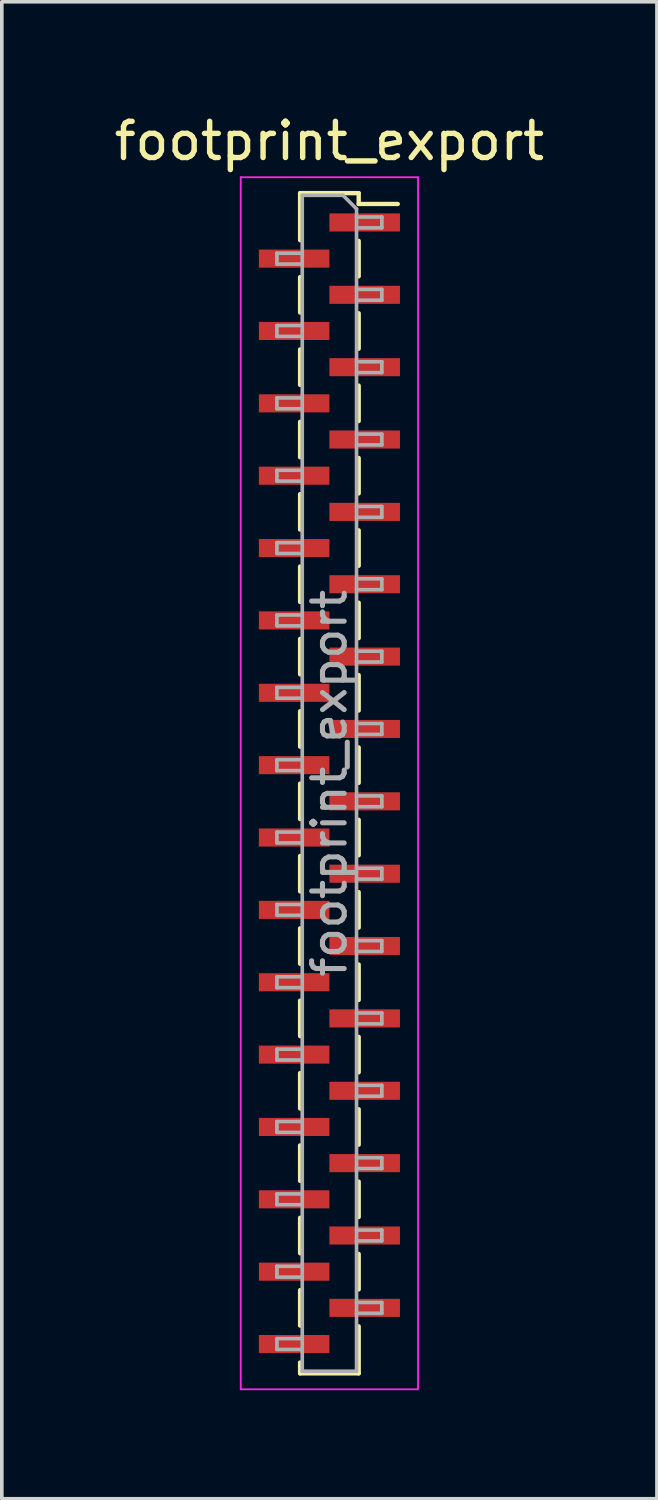
<source format=kicad_pcb>
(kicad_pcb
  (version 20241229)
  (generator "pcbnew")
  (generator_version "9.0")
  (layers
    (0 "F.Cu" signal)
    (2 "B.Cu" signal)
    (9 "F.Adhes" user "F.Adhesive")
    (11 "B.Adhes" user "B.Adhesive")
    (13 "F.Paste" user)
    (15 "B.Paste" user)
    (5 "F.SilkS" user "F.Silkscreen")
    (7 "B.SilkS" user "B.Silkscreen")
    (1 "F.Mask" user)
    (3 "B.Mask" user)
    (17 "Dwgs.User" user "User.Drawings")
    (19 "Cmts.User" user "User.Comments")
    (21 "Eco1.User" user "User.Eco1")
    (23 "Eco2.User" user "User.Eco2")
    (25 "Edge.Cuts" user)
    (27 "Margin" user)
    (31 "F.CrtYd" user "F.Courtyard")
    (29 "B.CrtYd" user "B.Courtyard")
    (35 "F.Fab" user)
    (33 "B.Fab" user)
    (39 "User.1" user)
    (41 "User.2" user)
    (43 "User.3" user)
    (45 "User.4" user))
  (footprint "footprint_export"
    (layer "F.Cu")
    (at 6.054 18.598)
    (property "Reference" "footprint_export" (at 0 -17.75 0) (layer "F.SilkS") (effects (font (size 1 1) (thickness 0.15))))
    (attr smd)
    (fp_line (start -0.81 -16.31) (end -0.81 -15.01) (stroke (width 0.12) (type solid)) (layer "F.SilkS"))
    (fp_line (start -0.81 -16.31) (end 0.81 -16.31) (stroke (width 0.12) (type solid)) (layer "F.SilkS"))
    (fp_line (start -0.81 -13.99) (end -0.81 -13.01) (stroke (width 0.12) (type solid)) (layer "F.SilkS"))
    (fp_line (start -0.81 -11.99) (end -0.81 -11.01) (stroke (width 0.12) (type solid)) (layer "F.SilkS"))
    (fp_line (start -0.81 -9.99) (end -0.81 -9.01) (stroke (width 0.12) (type solid)) (layer "F.SilkS"))
    (fp_line (start -0.81 -7.99) (end -0.81 -7.01) (stroke (width 0.12) (type solid)) (layer "F.SilkS"))
    (fp_line (start -0.81 -5.99) (end -0.81 -5.01) (stroke (width 0.12) (type solid)) (layer "F.SilkS"))
    (fp_line (start -0.81 -3.99) (end -0.81 -3.01) (stroke (width 0.12) (type solid)) (layer "F.SilkS"))
    (fp_line (start -0.81 -1.99) (end -0.81 -1.01) (stroke (width 0.12) (type solid)) (layer "F.SilkS"))
    (fp_line (start -0.81 0.01) (end -0.81 0.99) (stroke (width 0.12) (type solid)) (layer "F.SilkS"))
    (fp_line (start -0.81 2.01) (end -0.81 2.99) (stroke (width 0.12) (type solid)) (layer "F.SilkS"))
    (fp_line (start -0.81 4.01) (end -0.81 4.99) (stroke (width 0.12) (type solid)) (layer "F.SilkS"))
    (fp_line (start -0.81 6.01) (end -0.81 6.99) (stroke (width 0.12) (type solid)) (layer "F.SilkS"))
    (fp_line (start -0.81 8.01) (end -0.81 8.99) (stroke (width 0.12) (type solid)) (layer "F.SilkS"))
    (fp_line (start -0.81 10.01) (end -0.81 10.99) (stroke (width 0.12) (type solid)) (layer "F.SilkS"))
    (fp_line (start -0.81 12.01) (end -0.81 12.99) (stroke (width 0.12) (type solid)) (layer "F.SilkS"))
    (fp_line (start -0.81 14.01) (end -0.81 14.99) (stroke (width 0.12) (type solid)) (layer "F.SilkS"))
    (fp_line (start -0.81 16.01) (end -0.81 16.31) (stroke (width 0.12) (type solid)) (layer "F.SilkS"))
    (fp_line (start -0.81 16.31) (end 0.81 16.31) (stroke (width 0.12) (type solid)) (layer "F.SilkS"))
    (fp_line (start 0.81 -16.31) (end 0.81 -16.01) (stroke (width 0.12) (type solid)) (layer "F.SilkS"))
    (fp_line (start 0.81 -16.01) (end 1.89 -16.01) (stroke (width 0.12) (type solid)) (layer "F.SilkS"))
    (fp_line (start 0.81 -14.99) (end 0.81 -14.01) (stroke (width 0.12) (type solid)) (layer "F.SilkS"))
    (fp_line (start 0.81 -12.99) (end 0.81 -12.01) (stroke (width 0.12) (type solid)) (layer "F.SilkS"))
    (fp_line (start 0.81 -10.99) (end 0.81 -10.01) (stroke (width 0.12) (type solid)) (layer "F.SilkS"))
    (fp_line (start 0.81 -8.99) (end 0.81 -8.01) (stroke (width 0.12) (type solid)) (layer "F.SilkS"))
    (fp_line (start 0.81 -6.99) (end 0.81 -6.01) (stroke (width 0.12) (type solid)) (layer "F.SilkS"))
    (fp_line (start 0.81 -4.99) (end 0.81 -4.01) (stroke (width 0.12) (type solid)) (layer "F.SilkS"))
    (fp_line (start 0.81 -2.99) (end 0.81 -2.01) (stroke (width 0.12) (type solid)) (layer "F.SilkS"))
    (fp_line (start 0.81 -0.99) (end 0.81 -0.01) (stroke (width 0.12) (type solid)) (layer "F.SilkS"))
    (fp_line (start 0.81 1.01) (end 0.81 1.99) (stroke (width 0.12) (type solid)) (layer "F.SilkS"))
    (fp_line (start 0.81 3.01) (end 0.81 3.99) (stroke (width 0.12) (type solid)) (layer "F.SilkS"))
    (fp_line (start 0.81 5.01) (end 0.81 5.99) (stroke (width 0.12) (type solid)) (layer "F.SilkS"))
    (fp_line (start 0.81 7.01) (end 0.81 7.99) (stroke (width 0.12) (type solid)) (layer "F.SilkS"))
    (fp_line (start 0.81 9.01) (end 0.81 9.99) (stroke (width 0.12) (type solid)) (layer "F.SilkS"))
    (fp_line (start 0.81 11.01) (end 0.81 11.99) (stroke (width 0.12) (type solid)) (layer "F.SilkS"))
    (fp_line (start 0.81 13.01) (end 0.81 13.99) (stroke (width 0.12) (type solid)) (layer "F.SilkS"))
    (fp_line (start 0.81 15.01) (end 0.81 16.31) (stroke (width 0.12) (type solid)) (layer "F.SilkS"))
    (fp_line (start -2.45 -16.75) (end 2.45 -16.75) (stroke (width 0.05) (type solid)) (layer "F.CrtYd"))
    (fp_line (start -2.45 16.75) (end -2.45 -16.75) (stroke (width 0.05) (type solid)) (layer "F.CrtYd"))
    (fp_line (start 2.45 -16.75) (end 2.45 16.75) (stroke (width 0.05) (type solid)) (layer "F.CrtYd"))
    (fp_line (start 2.45 16.75) (end -2.45 16.75) (stroke (width 0.05) (type solid)) (layer "F.CrtYd"))
    (fp_line (start -1.45 -14.65) (end -0.75 -14.65) (stroke (width 0.1) (type solid)) (layer "F.Fab"))
    (fp_line (start -1.45 -14.35) (end -1.45 -14.65) (stroke (width 0.1) (type solid)) (layer "F.Fab"))
    (fp_line (start -1.45 -12.65) (end -0.75 -12.65) (stroke (width 0.1) (type solid)) (layer "F.Fab"))
    (fp_line (start -1.45 -12.35) (end -1.45 -12.65) (stroke (width 0.1) (type solid)) (layer "F.Fab"))
    (fp_line (start -1.45 -10.65) (end -0.75 -10.65) (stroke (width 0.1) (type solid)) (layer "F.Fab"))
    (fp_line (start -1.45 -10.35) (end -1.45 -10.65) (stroke (width 0.1) (type solid)) (layer "F.Fab"))
    (fp_line (start -1.45 -8.65) (end -0.75 -8.65) (stroke (width 0.1) (type solid)) (layer "F.Fab"))
    (fp_line (start -1.45 -8.35) (end -1.45 -8.65) (stroke (width 0.1) (type solid)) (layer "F.Fab"))
    (fp_line (start -1.45 -6.65) (end -0.75 -6.65) (stroke (width 0.1) (type solid)) (layer "F.Fab"))
    (fp_line (start -1.45 -6.35) (end -1.45 -6.65) (stroke (width 0.1) (type solid)) (layer "F.Fab"))
    (fp_line (start -1.45 -4.65) (end -0.75 -4.65) (stroke (width 0.1) (type solid)) (layer "F.Fab"))
    (fp_line (start -1.45 -4.35) (end -1.45 -4.65) (stroke (width 0.1) (type solid)) (layer "F.Fab"))
    (fp_line (start -1.45 -2.65) (end -0.75 -2.65) (stroke (width 0.1) (type solid)) (layer "F.Fab"))
    (fp_line (start -1.45 -2.35) (end -1.45 -2.65) (stroke (width 0.1) (type solid)) (layer "F.Fab"))
    (fp_line (start -1.45 -0.65) (end -0.75 -0.65) (stroke (width 0.1) (type solid)) (layer "F.Fab"))
    (fp_line (start -1.45 -0.35) (end -1.45 -0.65) (stroke (width 0.1) (type solid)) (layer "F.Fab"))
    (fp_line (start -1.45 1.35) (end -0.75 1.35) (stroke (width 0.1) (type solid)) (layer "F.Fab"))
    (fp_line (start -1.45 1.65) (end -1.45 1.35) (stroke (width 0.1) (type solid)) (layer "F.Fab"))
    (fp_line (start -1.45 3.35) (end -0.75 3.35) (stroke (width 0.1) (type solid)) (layer "F.Fab"))
    (fp_line (start -1.45 3.65) (end -1.45 3.35) (stroke (width 0.1) (type solid)) (layer "F.Fab"))
    (fp_line (start -1.45 5.35) (end -0.75 5.35) (stroke (width 0.1) (type solid)) (layer "F.Fab"))
    (fp_line (start -1.45 5.65) (end -1.45 5.35) (stroke (width 0.1) (type solid)) (layer "F.Fab"))
    (fp_line (start -1.45 7.35) (end -0.75 7.35) (stroke (width 0.1) (type solid)) (layer "F.Fab"))
    (fp_line (start -1.45 7.65) (end -1.45 7.35) (stroke (width 0.1) (type solid)) (layer "F.Fab"))
    (fp_line (start -1.45 9.35) (end -0.75 9.35) (stroke (width 0.1) (type solid)) (layer "F.Fab"))
    (fp_line (start -1.45 9.65) (end -1.45 9.35) (stroke (width 0.1) (type solid)) (layer "F.Fab"))
    (fp_line (start -1.45 11.35) (end -0.75 11.35) (stroke (width 0.1) (type solid)) (layer "F.Fab"))
    (fp_line (start -1.45 11.65) (end -1.45 11.35) (stroke (width 0.1) (type solid)) (layer "F.Fab"))
    (fp_line (start -1.45 13.35) (end -0.75 13.35) (stroke (width 0.1) (type solid)) (layer "F.Fab"))
    (fp_line (start -1.45 13.65) (end -1.45 13.35) (stroke (width 0.1) (type solid)) (layer "F.Fab"))
    (fp_line (start -1.45 15.35) (end -0.75 15.35) (stroke (width 0.1) (type solid)) (layer "F.Fab"))
    (fp_line (start -1.45 15.65) (end -1.45 15.35) (stroke (width 0.1) (type solid)) (layer "F.Fab"))
    (fp_line (start -0.75 -16.25) (end 0.375 -16.25) (stroke (width 0.1) (type solid)) (layer "F.Fab"))
    (fp_line (start -0.75 -14.35) (end -1.45 -14.35) (stroke (width 0.1) (type solid)) (layer "F.Fab"))
    (fp_line (start -0.75 -12.35) (end -1.45 -12.35) (stroke (width 0.1) (type solid)) (layer "F.Fab"))
    (fp_line (start -0.75 -10.35) (end -1.45 -10.35) (stroke (width 0.1) (type solid)) (layer "F.Fab"))
    (fp_line (start -0.75 -8.35) (end -1.45 -8.35) (stroke (width 0.1) (type solid)) (layer "F.Fab"))
    (fp_line (start -0.75 -6.35) (end -1.45 -6.35) (stroke (width 0.1) (type solid)) (layer "F.Fab"))
    (fp_line (start -0.75 -4.35) (end -1.45 -4.35) (stroke (width 0.1) (type solid)) (layer "F.Fab"))
    (fp_line (start -0.75 -2.35) (end -1.45 -2.35) (stroke (width 0.1) (type solid)) (layer "F.Fab"))
    (fp_line (start -0.75 -0.35) (end -1.45 -0.35) (stroke (width 0.1) (type solid)) (layer "F.Fab"))
    (fp_line (start -0.75 1.65) (end -1.45 1.65) (stroke (width 0.1) (type solid)) (layer "F.Fab"))
    (fp_line (start -0.75 3.65) (end -1.45 3.65) (stroke (width 0.1) (type solid)) (layer "F.Fab"))
    (fp_line (start -0.75 5.65) (end -1.45 5.65) (stroke (width 0.1) (type solid)) (layer "F.Fab"))
    (fp_line (start -0.75 7.65) (end -1.45 7.65) (stroke (width 0.1) (type solid)) (layer "F.Fab"))
    (fp_line (start -0.75 9.65) (end -1.45 9.65) (stroke (width 0.1) (type solid)) (layer "F.Fab"))
    (fp_line (start -0.75 11.65) (end -1.45 11.65) (stroke (width 0.1) (type solid)) (layer "F.Fab"))
    (fp_line (start -0.75 13.65) (end -1.45 13.65) (stroke (width 0.1) (type solid)) (layer "F.Fab"))
    (fp_line (start -0.75 15.65) (end -1.45 15.65) (stroke (width 0.1) (type solid)) (layer "F.Fab"))
    (fp_line (start -0.75 16.25) (end -0.75 -16.25) (stroke (width 0.1) (type solid)) (layer "F.Fab"))
    (fp_line (start 0.375 -16.25) (end 0.75 -15.875) (stroke (width 0.1) (type solid)) (layer "F.Fab"))
    (fp_line (start 0.75 -15.875) (end 0.75 16.25) (stroke (width 0.1) (type solid)) (layer "F.Fab"))
    (fp_line (start 0.75 -15.65) (end 1.45 -15.65) (stroke (width 0.1) (type solid)) (layer "F.Fab"))
    (fp_line (start 0.75 -13.65) (end 1.45 -13.65) (stroke (width 0.1) (type solid)) (layer "F.Fab"))
    (fp_line (start 0.75 -11.65) (end 1.45 -11.65) (stroke (width 0.1) (type solid)) (layer "F.Fab"))
    (fp_line (start 0.75 -9.65) (end 1.45 -9.65) (stroke (width 0.1) (type solid)) (layer "F.Fab"))
    (fp_line (start 0.75 -7.65) (end 1.45 -7.65) (stroke (width 0.1) (type solid)) (layer "F.Fab"))
    (fp_line (start 0.75 -5.65) (end 1.45 -5.65) (stroke (width 0.1) (type solid)) (layer "F.Fab"))
    (fp_line (start 0.75 -3.65) (end 1.45 -3.65) (stroke (width 0.1) (type solid)) (layer "F.Fab"))
    (fp_line (start 0.75 -1.65) (end 1.45 -1.65) (stroke (width 0.1) (type solid)) (layer "F.Fab"))
    (fp_line (start 0.75 0.35) (end 1.45 0.35) (stroke (width 0.1) (type solid)) (layer "F.Fab"))
    (fp_line (start 0.75 2.35) (end 1.45 2.35) (stroke (width 0.1) (type solid)) (layer "F.Fab"))
    (fp_line (start 0.75 4.35) (end 1.45 4.35) (stroke (width 0.1) (type solid)) (layer "F.Fab"))
    (fp_line (start 0.75 6.35) (end 1.45 6.35) (stroke (width 0.1) (type solid)) (layer "F.Fab"))
    (fp_line (start 0.75 8.35) (end 1.45 8.35) (stroke (width 0.1) (type solid)) (layer "F.Fab"))
    (fp_line (start 0.75 10.35) (end 1.45 10.35) (stroke (width 0.1) (type solid)) (layer "F.Fab"))
    (fp_line (start 0.75 12.35) (end 1.45 12.35) (stroke (width 0.1) (type solid)) (layer "F.Fab"))
    (fp_line (start 0.75 14.35) (end 1.45 14.35) (stroke (width 0.1) (type solid)) (layer "F.Fab"))
    (fp_line (start 0.75 16.25) (end -0.75 16.25) (stroke (width 0.1) (type solid)) (layer "F.Fab"))
    (fp_line (start 1.45 -15.65) (end 1.45 -15.35) (stroke (width 0.1) (type solid)) (layer "F.Fab"))
    (fp_line (start 1.45 -15.35) (end 0.75 -15.35) (stroke (width 0.1) (type solid)) (layer "F.Fab"))
    (fp_line (start 1.45 -13.65) (end 1.45 -13.35) (stroke (width 0.1) (type solid)) (layer "F.Fab"))
    (fp_line (start 1.45 -13.35) (end 0.75 -13.35) (stroke (width 0.1) (type solid)) (layer "F.Fab"))
    (fp_line (start 1.45 -11.65) (end 1.45 -11.35) (stroke (width 0.1) (type solid)) (layer "F.Fab"))
    (fp_line (start 1.45 -11.35) (end 0.75 -11.35) (stroke (width 0.1) (type solid)) (layer "F.Fab"))
    (fp_line (start 1.45 -9.65) (end 1.45 -9.35) (stroke (width 0.1) (type solid)) (layer "F.Fab"))
    (fp_line (start 1.45 -9.35) (end 0.75 -9.35) (stroke (width 0.1) (type solid)) (layer "F.Fab"))
    (fp_line (start 1.45 -7.65) (end 1.45 -7.35) (stroke (width 0.1) (type solid)) (layer "F.Fab"))
    (fp_line (start 1.45 -7.35) (end 0.75 -7.35) (stroke (width 0.1) (type solid)) (layer "F.Fab"))
    (fp_line (start 1.45 -5.65) (end 1.45 -5.35) (stroke (width 0.1) (type solid)) (layer "F.Fab"))
    (fp_line (start 1.45 -5.35) (end 0.75 -5.35) (stroke (width 0.1) (type solid)) (layer "F.Fab"))
    (fp_line (start 1.45 -3.65) (end 1.45 -3.35) (stroke (width 0.1) (type solid)) (layer "F.Fab"))
    (fp_line (start 1.45 -3.35) (end 0.75 -3.35) (stroke (width 0.1) (type solid)) (layer "F.Fab"))
    (fp_line (start 1.45 -1.65) (end 1.45 -1.35) (stroke (width 0.1) (type solid)) (layer "F.Fab"))
    (fp_line (start 1.45 -1.35) (end 0.75 -1.35) (stroke (width 0.1) (type solid)) (layer "F.Fab"))
    (fp_line (start 1.45 0.35) (end 1.45 0.65) (stroke (width 0.1) (type solid)) (layer "F.Fab"))
    (fp_line (start 1.45 0.65) (end 0.75 0.65) (stroke (width 0.1) (type solid)) (layer "F.Fab"))
    (fp_line (start 1.45 2.35) (end 1.45 2.65) (stroke (width 0.1) (type solid)) (layer "F.Fab"))
    (fp_line (start 1.45 2.65) (end 0.75 2.65) (stroke (width 0.1) (type solid)) (layer "F.Fab"))
    (fp_line (start 1.45 4.35) (end 1.45 4.65) (stroke (width 0.1) (type solid)) (layer "F.Fab"))
    (fp_line (start 1.45 4.65) (end 0.75 4.65) (stroke (width 0.1) (type solid)) (layer "F.Fab"))
    (fp_line (start 1.45 6.35) (end 1.45 6.65) (stroke (width 0.1) (type solid)) (layer "F.Fab"))
    (fp_line (start 1.45 6.65) (end 0.75 6.65) (stroke (width 0.1) (type solid)) (layer "F.Fab"))
    (fp_line (start 1.45 8.35) (end 1.45 8.65) (stroke (width 0.1) (type solid)) (layer "F.Fab"))
    (fp_line (start 1.45 8.65) (end 0.75 8.65) (stroke (width 0.1) (type solid)) (layer "F.Fab"))
    (fp_line (start 1.45 10.35) (end 1.45 10.65) (stroke (width 0.1) (type solid)) (layer "F.Fab"))
    (fp_line (start 1.45 10.65) (end 0.75 10.65) (stroke (width 0.1) (type solid)) (layer "F.Fab"))
    (fp_line (start 1.45 12.35) (end 1.45 12.65) (stroke (width 0.1) (type solid)) (layer "F.Fab"))
    (fp_line (start 1.45 12.65) (end 0.75 12.65) (stroke (width 0.1) (type solid)) (layer "F.Fab"))
    (fp_line (start 1.45 14.35) (end 1.45 14.65) (stroke (width 0.1) (type solid)) (layer "F.Fab"))
    (fp_line (start 1.45 14.65) (end 0.75 14.65) (stroke (width 0.1) (type solid)) (layer "F.Fab"))
    (fp_text user "${REFERENCE}" (at 0 0 90) (layer "F.Fab") (effects (font (size 0.9 0.9) (thickness 0.14))))
    (pad "1" smd rect (at 0.975 -15.5) (size 1.95 0.5) (layers "F.Cu" "F.Mask" "F.Paste"))
    (pad "2" smd rect (at -0.975 -14.5) (size 1.95 0.5) (layers "F.Cu" "F.Mask" "F.Paste"))
    (pad "3" smd rect (at 0.975 -13.5) (size 1.95 0.5) (layers "F.Cu" "F.Mask" "F.Paste"))
    (pad "4" smd rect (at -0.975 -12.5) (size 1.95 0.5) (layers "F.Cu" "F.Mask" "F.Paste"))
    (pad "5" smd rect (at 0.975 -11.5) (size 1.95 0.5) (layers "F.Cu" "F.Mask" "F.Paste"))
    (pad "6" smd rect (at -0.975 -10.5) (size 1.95 0.5) (layers "F.Cu" "F.Mask" "F.Paste"))
    (pad "7" smd rect (at 0.975 -9.5) (size 1.95 0.5) (layers "F.Cu" "F.Mask" "F.Paste"))
    (pad "8" smd rect (at -0.975 -8.5) (size 1.95 0.5) (layers "F.Cu" "F.Mask" "F.Paste"))
    (pad "9" smd rect (at 0.975 -7.5) (size 1.95 0.5) (layers "F.Cu" "F.Mask" "F.Paste"))
    (pad "10" smd rect (at -0.975 -6.5) (size 1.95 0.5) (layers "F.Cu" "F.Mask" "F.Paste"))
    (pad "11" smd rect (at 0.975 -5.5) (size 1.95 0.5) (layers "F.Cu" "F.Mask" "F.Paste"))
    (pad "12" smd rect (at -0.975 -4.5) (size 1.95 0.5) (layers "F.Cu" "F.Mask" "F.Paste"))
    (pad "13" smd rect (at 0.975 -3.5) (size 1.95 0.5) (layers "F.Cu" "F.Mask" "F.Paste"))
    (pad "14" smd rect (at -0.975 -2.5) (size 1.95 0.5) (layers "F.Cu" "F.Mask" "F.Paste"))
    (pad "15" smd rect (at 0.975 -1.5) (size 1.95 0.5) (layers "F.Cu" "F.Mask" "F.Paste"))
    (pad "16" smd rect (at -0.975 -0.5) (size 1.95 0.5) (layers "F.Cu" "F.Mask" "F.Paste"))
    (pad "17" smd rect (at 0.975 0.5) (size 1.95 0.5) (layers "F.Cu" "F.Mask" "F.Paste"))
    (pad "18" smd rect (at -0.975 1.5) (size 1.95 0.5) (layers "F.Cu" "F.Mask" "F.Paste"))
    (pad "19" smd rect (at 0.975 2.5) (size 1.95 0.5) (layers "F.Cu" "F.Mask" "F.Paste"))
    (pad "20" smd rect (at -0.975 3.5) (size 1.95 0.5) (layers "F.Cu" "F.Mask" "F.Paste"))
    (pad "21" smd rect (at 0.975 4.5) (size 1.95 0.5) (layers "F.Cu" "F.Mask" "F.Paste"))
    (pad "22" smd rect (at -0.975 5.5) (size 1.95 0.5) (layers "F.Cu" "F.Mask" "F.Paste"))
    (pad "23" smd rect (at 0.975 6.5) (size 1.95 0.5) (layers "F.Cu" "F.Mask" "F.Paste"))
    (pad "24" smd rect (at -0.975 7.5) (size 1.95 0.5) (layers "F.Cu" "F.Mask" "F.Paste"))
    (pad "25" smd rect (at 0.975 8.5) (size 1.95 0.5) (layers "F.Cu" "F.Mask" "F.Paste"))
    (pad "26" smd rect (at -0.975 9.5) (size 1.95 0.5) (layers "F.Cu" "F.Mask" "F.Paste"))
    (pad "27" smd rect (at 0.975 10.5) (size 1.95 0.5) (layers "F.Cu" "F.Mask" "F.Paste"))
    (pad "28" smd rect (at -0.975 11.5) (size 1.95 0.5) (layers "F.Cu" "F.Mask" "F.Paste"))
    (pad "29" smd rect (at 0.975 12.5) (size 1.95 0.5) (layers "F.Cu" "F.Mask" "F.Paste"))
    (pad "30" smd rect (at -0.975 13.5) (size 1.95 0.5) (layers "F.Cu" "F.Mask" "F.Paste"))
    (pad "31" smd rect (at 0.975 14.5) (size 1.95 0.5) (layers "F.Cu" "F.Mask" "F.Paste"))
    (pad "32" smd rect (at -0.975 15.5) (size 1.95 0.5) (layers "F.Cu" "F.Mask" "F.Paste")))
  (gr_rect
    (start -3 -3)
    (end 15.107 38.373)
    (stroke (width 0.1) (type default))
    (fill no)
    (layer "Edge.Cuts")))
</source>
